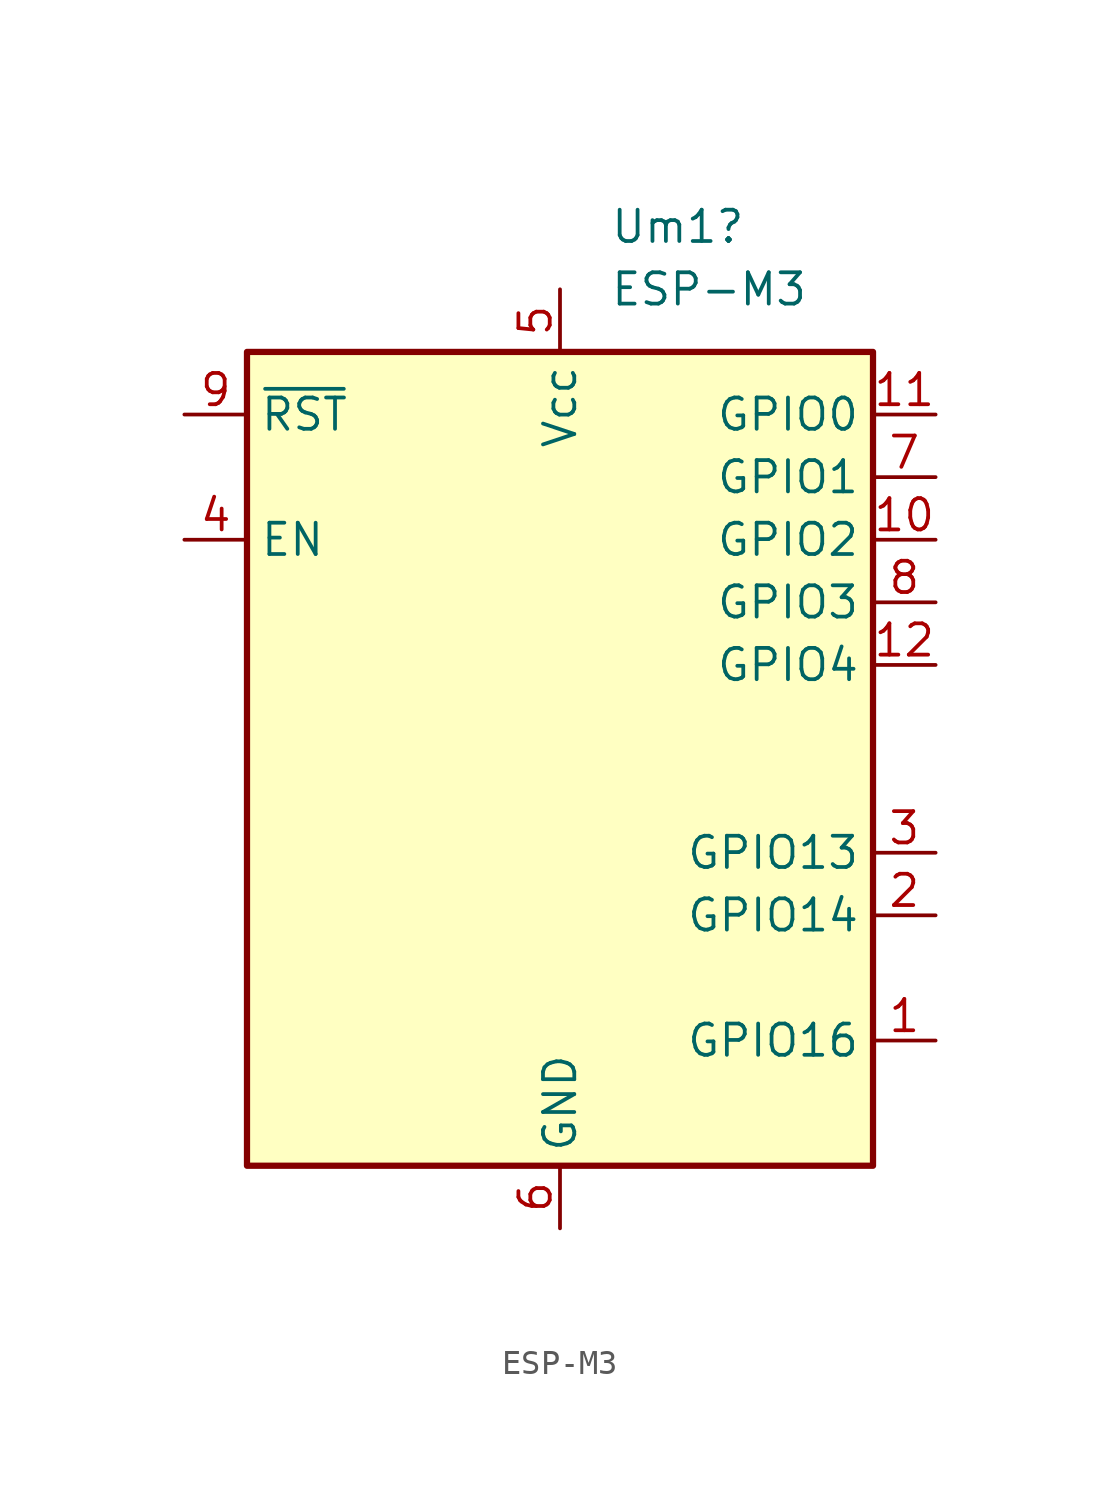
<source format=kicad_sym>
(kicad_symbol_lib
  (version 20211014)
  (generator kicad_symbol_editor)
  (symbol "ESP-M3"
    (property "Reference" "Um1"
      (at 2.019 22.86 0)
      (effects (font (size 1.27 1.27)) (justify left)))
    (property "Value" "ESP-M3"
      (at 2.019 20.32 0)
      (effects (font (size 1.27 1.27)) (justify left)))
    (symbol "ESP-M3_0_1"
      (rectangle (start -12.7 17.78) (end 12.7 -15.24) (stroke (width 0.254) (type default) (color 0 0 0 0)) (fill (type background))))
    (symbol "ESP-M3_1_1"
      (pin bidirectional line (at 15.24 -10.16 180) (length 2.54) (name "GPIO16" (effects (font (size 1.27 1.27)))) (number "1" (effects (font (size 1.27 1.27)))))
      (pin bidirectional line (at 15.24 10.16 180) (length 2.54) (name "GPIO2" (effects (font (size 1.27 1.27)))) (number "10" (effects (font (size 1.27 1.27)))))
      (pin bidirectional line (at 15.24 15.24 180) (length 2.54) (name "GPIO0" (effects (font (size 1.27 1.27)))) (number "11" (effects (font (size 1.27 1.27)))))
      (pin bidirectional line (at 15.24 5.08 180) (length 2.54) (name "GPIO4" (effects (font (size 1.27 1.27)))) (number "12" (effects (font (size 1.27 1.27)))))
      (pin bidirectional line (at 15.24 -5.08 180) (length 2.54) (name "GPIO14" (effects (font (size 1.27 1.27)))) (number "2" (effects (font (size 1.27 1.27)))))
      (pin bidirectional line (at 15.24 -2.54 180) (length 2.54) (name "GPIO13" (effects (font (size 1.27 1.27)))) (number "3" (effects (font (size 1.27 1.27)))))
      (pin input line (at -15.24 10.16 0) (length 2.54) (name "EN" (effects (font (size 1.27 1.27)))) (number "4" (effects (font (size 1.27 1.27)))))
      (pin power_in line (at 0 20.32 270) (length 2.54) (name "Vcc" (effects (font (size 1.27 1.27)))) (number "5" (effects (font (size 1.27 1.27)))))
      (pin power_in line (at 0 -17.78 90) (length 2.54) (name "GND" (effects (font (size 1.27 1.27)))) (number "6" (effects (font (size 1.27 1.27)))))
      (pin bidirectional line (at 15.24 12.7 180) (length 2.54) (name "GPIO1" (effects (font (size 1.27 1.27)))) (number "7" (effects (font (size 1.27 1.27)))))
      (pin bidirectional line (at 15.24 7.62 180) (length 2.54) (name "GPIO3" (effects (font (size 1.27 1.27)))) (number "8" (effects (font (size 1.27 1.27)))))
      (pin input line (at -15.24 15.24 0) (length 2.54) (name "~{RST}" (effects (font (size 1.27 1.27)))) (number "9" (effects (font (size 1.27 1.27))))))))
</source>
